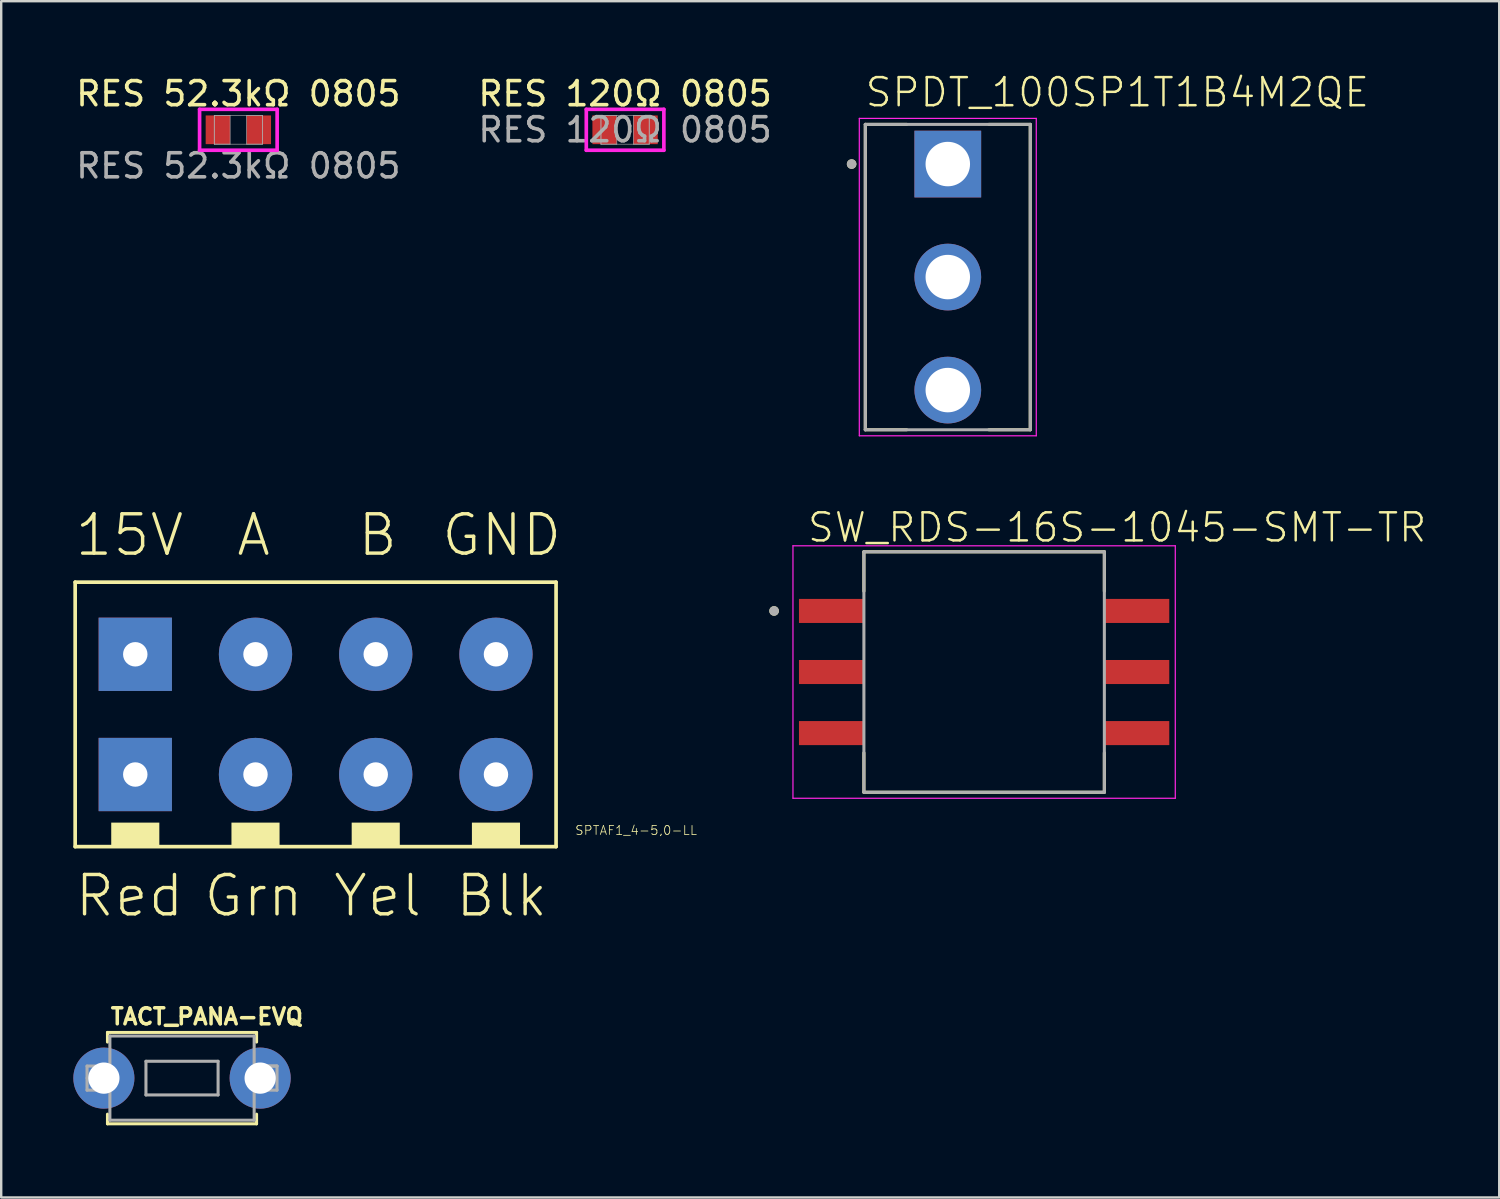
<source format=kicad_pcb>
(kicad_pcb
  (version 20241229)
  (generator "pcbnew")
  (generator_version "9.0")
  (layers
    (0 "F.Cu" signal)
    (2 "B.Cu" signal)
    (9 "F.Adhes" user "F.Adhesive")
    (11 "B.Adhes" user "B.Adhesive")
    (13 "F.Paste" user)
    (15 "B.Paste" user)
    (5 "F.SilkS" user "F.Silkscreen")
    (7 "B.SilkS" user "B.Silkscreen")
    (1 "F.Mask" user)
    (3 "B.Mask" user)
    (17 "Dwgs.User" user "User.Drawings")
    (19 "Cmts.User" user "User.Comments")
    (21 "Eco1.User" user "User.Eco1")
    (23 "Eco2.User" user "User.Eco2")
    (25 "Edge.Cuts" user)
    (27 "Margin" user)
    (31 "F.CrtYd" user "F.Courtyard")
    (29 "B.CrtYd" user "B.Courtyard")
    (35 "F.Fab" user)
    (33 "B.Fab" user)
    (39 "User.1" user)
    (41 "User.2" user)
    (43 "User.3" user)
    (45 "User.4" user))
  (footprint "RES 120Ω 0805"
    (layer "F.Cu")
    (at 22.946 2.348)
    (property "Reference" "RES 120Ω 0805" (at 0 -1.5 0) (unlocked yes) (layer "F.SilkS") (effects (font (size 1 1) (thickness 0.15))))
    (attr smd)
    (fp_line (start -1.613 -0.851) (end 1.613 -0.851) (stroke (width 0.152) (type solid)) (layer "F.CrtYd"))
    (fp_line (start -1.613 0.851) (end -1.613 -0.851) (stroke (width 0.152) (type solid)) (layer "F.CrtYd"))
    (fp_line (start 1.613 -0.851) (end 1.613 0.851) (stroke (width 0.152) (type solid)) (layer "F.CrtYd"))
    (fp_line (start 1.613 0.851) (end -1.613 0.851) (stroke (width 0.152) (type solid)) (layer "F.CrtYd"))
    (fp_line (start -1.003 -0.597) (end -1.003 0.597) (stroke (width 0.025) (type solid)) (layer "F.Fab"))
    (fp_line (start -1.003 -0.597) (end -1.003 0.597) (stroke (width 0.025) (type solid)) (layer "F.Fab"))
    (fp_line (start -1.003 0.597) (end -0.343 0.597) (stroke (width 0.025) (type solid)) (layer "F.Fab"))
    (fp_line (start -1.003 0.597) (end 1.003 0.597) (stroke (width 0.025) (type solid)) (layer "F.Fab"))
    (fp_line (start -0.343 -0.597) (end -1.003 -0.597) (stroke (width 0.025) (type solid)) (layer "F.Fab"))
    (fp_line (start -0.343 0.597) (end -0.343 -0.597) (stroke (width 0.025) (type solid)) (layer "F.Fab"))
    (fp_line (start 0.343 -0.597) (end 0.343 0.597) (stroke (width 0.025) (type solid)) (layer "F.Fab"))
    (fp_line (start 0.343 0.597) (end 1.003 0.597) (stroke (width 0.025) (type solid)) (layer "F.Fab"))
    (fp_line (start 1.003 -0.597) (end -1.003 -0.597) (stroke (width 0.025) (type solid)) (layer "F.Fab"))
    (fp_line (start 1.003 -0.597) (end 0.343 -0.597) (stroke (width 0.025) (type solid)) (layer "F.Fab"))
    (fp_line (start 1.003 0.597) (end 1.003 -0.597) (stroke (width 0.025) (type solid)) (layer "F.Fab"))
    (fp_line (start 1.003 0.597) (end 1.003 -0.597) (stroke (width 0.025) (type solid)) (layer "F.Fab"))
    (fp_text user "${REFERENCE}" (at 0 0 0) (unlocked yes) (layer "F.Fab") (effects (font (size 1 1) (thickness 0.15))))
    (pad "1" smd rect (at -0.851 0) (size 1.016 1.194) (layers "F.Cu" "F.Mask" "F.Paste"))
    (pad "2" smd rect (at 0.851 0) (size 1.016 1.194) (layers "F.Cu" "F.Mask" "F.Paste"))
    (zone (net_name "") (layer "F.Cu") (hatch full 0.508) (connect_pads) (min_thickness 0.254) (filled_areas_thickness no) (keepout (tracks not_allowed) (vias not_allowed) (pads allowed) (copperpour not_allowed) (footprints allowed)) (placement (enabled no)) (fill) (polygon (pts (xy 22.654 1.802) (xy 23.239 1.802) (xy 23.239 2.894) (xy 22.654 2.894)))))
  (footprint "SW_RDS-16S-1045-SMT-TR"
    (layer "F.Cu")
    (at 37.878 24.898)
    (property "Reference" "SW_RDS-16S-1045-SMT-TR" (at -7.41 -5.327 0) (unlocked yes) (layer "F.SilkS") (effects (font (size 1.168 1.168) (thickness 0.102)) (justify left bottom)))
    (fp_line (start -5 -5) (end -5 -3.36) (stroke (width 0.127) (type solid)) (layer "F.SilkS"))
    (fp_line (start -5 -5) (end 5 -5) (stroke (width 0.127) (type solid)) (layer "F.SilkS"))
    (fp_line (start -5 3.36) (end -5 5) (stroke (width 0.127) (type solid)) (layer "F.SilkS"))
    (fp_line (start -5 5) (end 5 5) (stroke (width 0.127) (type solid)) (layer "F.SilkS"))
    (fp_line (start 5 -5) (end 5 -3.36) (stroke (width 0.127) (type solid)) (layer "F.SilkS"))
    (fp_line (start 5 3.36) (end 5 5) (stroke (width 0.127) (type solid)) (layer "F.SilkS"))
    (fp_circle (center -8.735 -2.54) (end -8.635 -2.54) (stroke (width 0.2) (type solid)) (fill no) (layer "F.SilkS"))
    (fp_line (start -7.95 -5.25) (end -7.95 5.25) (stroke (width 0.05) (type solid)) (layer "F.CrtYd"))
    (fp_line (start -7.95 -5.25) (end 7.95 -5.25) (stroke (width 0.05) (type solid)) (layer "F.CrtYd"))
    (fp_line (start -7.95 5.25) (end 7.95 5.25) (stroke (width 0.05) (type solid)) (layer "F.CrtYd"))
    (fp_line (start 7.95 -5.25) (end 7.95 5.25) (stroke (width 0.05) (type solid)) (layer "F.CrtYd"))
    (fp_line (start -5 -5) (end -5 5) (stroke (width 0.127) (type solid)) (layer "F.Fab"))
    (fp_line (start -5 -5) (end 5 -5) (stroke (width 0.127) (type solid)) (layer "F.Fab"))
    (fp_line (start -5 5) (end 5 5) (stroke (width 0.127) (type solid)) (layer "F.Fab"))
    (fp_line (start 5 -5) (end 5 5) (stroke (width 0.127) (type solid)) (layer "F.Fab"))
    (fp_circle (center -8.735 -2.54) (end -8.635 -2.54) (stroke (width 0.2) (type solid)) (fill no) (layer "F.Fab"))
    (pad "1" smd rect (at -6.35 -2.54) (size 2.7 1) (layers "F.Cu" "F.Mask" "F.Paste"))
    (pad "2" smd rect (at 6.35 2.54) (size 2.7 1) (layers "F.Cu" "F.Mask" "F.Paste"))
    (pad "4" smd rect (at -6.35 2.54) (size 2.7 1) (layers "F.Cu" "F.Mask" "F.Paste"))
    (pad "8" smd rect (at 6.35 -2.54) (size 2.7 1) (layers "F.Cu" "F.Mask" "F.Paste"))
    (pad "C_1" smd rect (at -6.35 0) (size 2.7 1) (layers "F.Cu" "F.Mask" "F.Paste"))
    (pad "C_2" smd rect (at 6.35 0) (size 2.7 1) (layers "F.Cu" "F.Mask" "F.Paste")))
  (footprint "TACT_PANA-EVQ"
    (layer "F.Cu")
    (at 4.52 41.787)
    (property "Reference" "TACT_PANA-EVQ" (at -3.043 -2.17 0) (unlocked yes) (layer "F.SilkS") (effects (font (size 0.666 0.666) (thickness 0.146)) (justify left bottom)))
    (fp_line (start -3.1 -1.9) (end 3.1 -1.9) (stroke (width 0.127) (type solid)) (layer "F.SilkS"))
    (fp_line (start -3.1 -1.5) (end -3.1 -1.9) (stroke (width 0.127) (type solid)) (layer "F.SilkS"))
    (fp_line (start -3.1 1.5) (end -3.1 1.9) (stroke (width 0.127) (type solid)) (layer "F.SilkS"))
    (fp_line (start -3.1 1.9) (end 3.1 1.9) (stroke (width 0.127) (type solid)) (layer "F.SilkS"))
    (fp_line (start 3.1 -1.9) (end 3.1 -1.5) (stroke (width 0.127) (type solid)) (layer "F.SilkS"))
    (fp_line (start 3.1 1.9) (end 3.1 1.5) (stroke (width 0.127) (type solid)) (layer "F.SilkS"))
    (fp_line (start -3.95 -0.5) (end -3 -0.5) (stroke (width 0.127) (type solid)) (layer "F.Fab"))
    (fp_line (start -3.95 0) (end -3.95 -0.5) (stroke (width 0.127) (type solid)) (layer "F.Fab"))
    (fp_line (start -3.95 0.5) (end -3.95 0) (stroke (width 0.127) (type solid)) (layer "F.Fab"))
    (fp_line (start -3 -1.75) (end 3 -1.75) (stroke (width 0.127) (type solid)) (layer "F.Fab"))
    (fp_line (start -3 -0.5) (end -3 -1.75) (stroke (width 0.127) (type solid)) (layer "F.Fab"))
    (fp_line (start -3 -0.5) (end -3 0.5) (stroke (width 0.127) (type solid)) (layer "F.Fab"))
    (fp_line (start -3 0.5) (end -3.95 0.5) (stroke (width 0.127) (type solid)) (layer "F.Fab"))
    (fp_line (start -3 0.5) (end -3 -0.5) (stroke (width 0.127) (type solid)) (layer "F.Fab"))
    (fp_line (start -3 1.75) (end -3 0.5) (stroke (width 0.127) (type solid)) (layer "F.Fab"))
    (fp_line (start -1.5 -0.7) (end 1.5 -0.7) (stroke (width 0.127) (type solid)) (layer "F.Fab"))
    (fp_line (start -1.5 0.7) (end -1.5 -0.7) (stroke (width 0.127) (type solid)) (layer "F.Fab"))
    (fp_line (start 1.5 -0.7) (end 1.5 0.7) (stroke (width 0.127) (type solid)) (layer "F.Fab"))
    (fp_line (start 1.5 0.7) (end -1.5 0.7) (stroke (width 0.127) (type solid)) (layer "F.Fab"))
    (fp_line (start 3 -1.75) (end 3 -0.5) (stroke (width 0.127) (type solid)) (layer "F.Fab"))
    (fp_line (start 3 -0.5) (end 3 0.5) (stroke (width 0.127) (type solid)) (layer "F.Fab"))
    (fp_line (start 3 -0.5) (end 3 0.5) (stroke (width 0.127) (type solid)) (layer "F.Fab"))
    (fp_line (start 3 0.5) (end 3 1.75) (stroke (width 0.127) (type solid)) (layer "F.Fab"))
    (fp_line (start 3 0.5) (end 3.95 0.5) (stroke (width 0.127) (type solid)) (layer "F.Fab"))
    (fp_line (start 3 1.75) (end -3 1.75) (stroke (width 0.127) (type solid)) (layer "F.Fab"))
    (fp_line (start 3.95 -0.5) (end 3 -0.5) (stroke (width 0.127) (type solid)) (layer "F.Fab"))
    (fp_line (start 3.95 -0.5) (end 3 -0.5) (stroke (width 0.127) (type solid)) (layer "F.Fab"))
    (fp_line (start 3.95 0.5) (end 3.95 -0.5) (stroke (width 0.127) (type solid)) (layer "F.Fab"))
    (pad "P$1" thru_hole circle (at -3.25 0) (size 2.54 2.54) (drill 1.3) (layers "*.Cu" "*.Mask"))
    (pad "P$2" thru_hole circle (at 3.25 0) (size 2.54 2.54) (drill 1.3) (layers "*.Cu" "*.Mask")))
  (footprint "SPDT_100SP1T1B4M2QE"
    (layer "F.Cu")
    (at 36.367 8.473)
    (property "Reference" "SPDT_100SP1T1B4M2QE" (at -3.5 -7 0) (unlocked yes) (layer "F.SilkS") (effects (font (size 1.168 1.168) (thickness 0.102)) (justify left bottom)))
    (fp_line (start -3.43 6.35) (end -3.43 -6.35) (stroke (width 0.127) (type solid)) (layer "F.SilkS"))
    (fp_line (start -1.71 -6.35) (end -3.43 -6.35) (stroke (width 0.127) (type solid)) (layer "F.SilkS"))
    (fp_line (start -1.71 6.35) (end -3.43 6.35) (stroke (width 0.127) (type solid)) (layer "F.SilkS"))
    (fp_line (start 3.43 -6.35) (end 1.71 -6.35) (stroke (width 0.127) (type solid)) (layer "F.SilkS"))
    (fp_line (start 3.43 -6.35) (end 3.43 6.35) (stroke (width 0.127) (type solid)) (layer "F.SilkS"))
    (fp_line (start 3.43 6.35) (end 1.71 6.35) (stroke (width 0.127) (type solid)) (layer "F.SilkS"))
    (fp_circle (center -4 -4.7) (end -3.9 -4.7) (stroke (width 0.2) (type solid)) (fill no) (layer "F.SilkS"))
    (fp_line (start -3.68 -6.6) (end -3.68 6.6) (stroke (width 0.05) (type solid)) (layer "F.CrtYd"))
    (fp_line (start -3.68 6.6) (end 3.68 6.6) (stroke (width 0.05) (type solid)) (layer "F.CrtYd"))
    (fp_line (start 3.68 -6.6) (end -3.68 -6.6) (stroke (width 0.05) (type solid)) (layer "F.CrtYd"))
    (fp_line (start 3.68 6.6) (end 3.68 -6.6) (stroke (width 0.05) (type solid)) (layer "F.CrtYd"))
    (fp_line (start -3.43 -6.35) (end -3.43 6.35) (stroke (width 0.127) (type solid)) (layer "F.Fab"))
    (fp_line (start -3.43 6.35) (end 3.43 6.35) (stroke (width 0.127) (type solid)) (layer "F.Fab"))
    (fp_line (start 3.43 -6.35) (end -3.43 -6.35) (stroke (width 0.127) (type solid)) (layer "F.Fab"))
    (fp_line (start 3.43 6.35) (end 3.43 -6.35) (stroke (width 0.127) (type solid)) (layer "F.Fab"))
    (fp_circle (center -4 -4.7) (end -3.9 -4.7) (stroke (width 0.2) (type solid)) (fill no) (layer "F.Fab"))
    (pad "1" thru_hole rect (at 0 -4.7 180) (size 2.775 2.775) (drill 1.85) (layers "*.Cu" "*.Mask"))
    (pad "2" thru_hole circle (at 0 0 180) (size 2.775 2.775) (drill 1.85) (layers "*.Cu" "*.Mask"))
    (pad "3" thru_hole circle (at 0 4.7 180) (size 2.775 2.775) (drill 1.85) (layers "*.Cu" "*.Mask")))
  (footprint "SPTAF1_4-5,0-LL"
    (layer "F.Cu")
    (at 10.289 26.621)
    (property "Reference" "SPTAF1_4-5,0-LL" (at 10.557 5.08 0) (unlocked yes) (layer "F.SilkS") (effects (font (size 0.374 0.374) (thickness 0.033)) (justify left bottom)))
    (fp_line (start -10.213 -5.46) (end -10.213 5.54) (stroke (width 0.152) (type solid)) (layer "F.SilkS"))
    (fp_line (start -10.213 5.54) (end 9.787 5.54) (stroke (width 0.152) (type solid)) (layer "F.SilkS"))
    (fp_line (start 9.787 -5.46) (end -10.213 -5.46) (stroke (width 0.152) (type solid)) (layer "F.SilkS"))
    (fp_line (start 9.787 5.54) (end 9.787 -5.46) (stroke (width 0.152) (type solid)) (layer "F.SilkS"))
    (fp_poly (pts (xy -6.713 4.54) (xy -8.713 4.54) (xy -8.713 5.54) (xy -6.713 5.54)) (stroke (width 0) (type default)) (fill yes) (layer "F.SilkS"))
    (fp_poly (pts (xy -1.713 4.54) (xy -3.713 4.54) (xy -3.713 5.54) (xy -1.713 5.54)) (stroke (width 0) (type default)) (fill yes) (layer "F.SilkS"))
    (fp_poly (pts (xy 3.287 4.54) (xy 1.287 4.54) (xy 1.287 5.54) (xy 3.287 5.54)) (stroke (width 0) (type default)) (fill yes) (layer "F.SilkS"))
    (fp_poly (pts (xy 8.287 4.54) (xy 6.287 4.54) (xy 6.287 5.54) (xy 8.287 5.54)) (stroke (width 0) (type default)) (fill yes) (layer "F.SilkS"))
    (fp_text user "15V" (at -7.953 -6.46 0) (unlocked yes) (layer "F.SilkS") (effects (font (size 1.636 1.636) (thickness 0.142)) (justify bottom)))
    (fp_text user "A" (at -2.793 -6.46 0) (unlocked yes) (layer "F.SilkS") (effects (font (size 1.636 1.636) (thickness 0.142)) (justify bottom)))
    (fp_text user "Red" (at -7.953 8.54 0) (unlocked yes) (layer "F.SilkS") (effects (font (size 1.636 1.636) (thickness 0.142)) (justify bottom)))
    (fp_text user "GND" (at 7.527 -6.46 0) (unlocked yes) (layer "F.SilkS") (effects (font (size 1.636 1.636) (thickness 0.142)) (justify bottom)))
    (fp_text user "Grn" (at -2.793 8.54 0) (unlocked yes) (layer "F.SilkS") (effects (font (size 1.636 1.636) (thickness 0.142)) (justify bottom)))
    (fp_text user "Blk" (at 7.527 8.54 0) (unlocked yes) (layer "F.SilkS") (effects (font (size 1.636 1.636) (thickness 0.142)) (justify bottom)))
    (fp_text user "B" (at 2.367 -6.46 0) (unlocked yes) (layer "F.SilkS") (effects (font (size 1.636 1.636) (thickness 0.142)) (justify bottom)))
    (fp_text user "Yel" (at 2.367 8.54 0) (unlocked yes) (layer "F.SilkS") (effects (font (size 1.636 1.636) (thickness 0.142)) (justify bottom)))
    (pad "1" thru_hole rect (at -7.713 2.54 180) (size 3.048 3.048) (drill 1.016) (layers "*.Cu" "*.Mask"))
    (pad "1@1" thru_hole rect (at -7.713 -2.46 180) (size 3.048 3.048) (drill 1.016) (layers "*.Cu" "*.Mask"))
    (pad "2" thru_hole circle (at -2.713 2.54 180) (size 3.048 3.048) (drill 1.016) (layers "*.Cu" "*.Mask"))
    (pad "2@1" thru_hole circle (at -2.713 -2.46 180) (size 3.048 3.048) (drill 1.016) (layers "*.Cu" "*.Mask"))
    (pad "3" thru_hole circle (at 2.287 2.54 180) (size 3.048 3.048) (drill 1.016) (layers "*.Cu" "*.Mask"))
    (pad "3@1" thru_hole circle (at 2.287 -2.46 180) (size 3.048 3.048) (drill 1.016) (layers "*.Cu" "*.Mask"))
    (pad "4" thru_hole circle (at 7.287 2.54 180) (size 3.048 3.048) (drill 1.016) (layers "*.Cu" "*.Mask"))
    (pad "4@1" thru_hole circle (at 7.287 -2.46 180) (size 3.048 3.048) (drill 1.016) (layers "*.Cu" "*.Mask")))
  (footprint "RES 52.3kΩ 0805"
    (layer "F.Cu")
    (at 6.863 2.348)
    (property "Reference" "RES 52.3kΩ 0805" (at 0 -1.5 0) (unlocked yes) (layer "F.SilkS") (effects (font (size 1 1) (thickness 0.15))))
    (attr smd)
    (fp_line (start -1.613 -0.851) (end 1.613 -0.851) (stroke (width 0.152) (type solid)) (layer "F.CrtYd"))
    (fp_line (start -1.613 0.851) (end -1.613 -0.851) (stroke (width 0.152) (type solid)) (layer "F.CrtYd"))
    (fp_line (start 1.613 -0.851) (end 1.613 0.851) (stroke (width 0.152) (type solid)) (layer "F.CrtYd"))
    (fp_line (start 1.613 0.851) (end -1.613 0.851) (stroke (width 0.152) (type solid)) (layer "F.CrtYd"))
    (fp_line (start -1.003 -0.597) (end -1.003 0.597) (stroke (width 0.025) (type solid)) (layer "F.Fab"))
    (fp_line (start -1.003 -0.597) (end -1.003 0.597) (stroke (width 0.025) (type solid)) (layer "F.Fab"))
    (fp_line (start -1.003 0.597) (end -0.343 0.597) (stroke (width 0.025) (type solid)) (layer "F.Fab"))
    (fp_line (start -1.003 0.597) (end 1.003 0.597) (stroke (width 0.025) (type solid)) (layer "F.Fab"))
    (fp_line (start -0.343 -0.597) (end -1.003 -0.597) (stroke (width 0.025) (type solid)) (layer "F.Fab"))
    (fp_line (start -0.343 0.597) (end -0.343 -0.597) (stroke (width 0.025) (type solid)) (layer "F.Fab"))
    (fp_line (start 0.343 -0.597) (end 0.343 0.597) (stroke (width 0.025) (type solid)) (layer "F.Fab"))
    (fp_line (start 0.343 0.597) (end 1.003 0.597) (stroke (width 0.025) (type solid)) (layer "F.Fab"))
    (fp_line (start 1.003 -0.597) (end -1.003 -0.597) (stroke (width 0.025) (type solid)) (layer "F.Fab"))
    (fp_line (start 1.003 -0.597) (end 0.343 -0.597) (stroke (width 0.025) (type solid)) (layer "F.Fab"))
    (fp_line (start 1.003 0.597) (end 1.003 -0.597) (stroke (width 0.025) (type solid)) (layer "F.Fab"))
    (fp_line (start 1.003 0.597) (end 1.003 -0.597) (stroke (width 0.025) (type solid)) (layer "F.Fab"))
    (fp_text user "${REFERENCE}" (at 0 1.5 0) (unlocked yes) (layer "F.Fab") (effects (font (size 1 1) (thickness 0.15))))
    (pad "1" smd rect (at -0.851 0) (size 1.016 1.194) (layers "F.Cu" "F.Mask" "F.Paste"))
    (pad "2" smd rect (at 0.851 0) (size 1.016 1.194) (layers "F.Cu" "F.Mask" "F.Paste"))
    (zone (net_name "") (layer "F.Cu") (hatch full 0.508) (connect_pads) (min_thickness 0.254) (filled_areas_thickness no) (keepout (tracks not_allowed) (vias not_allowed) (pads allowed) (copperpour not_allowed) (footprints allowed)) (placement (enabled no)) (fill) (polygon (pts (xy 6.571 1.802) (xy 7.155 1.802) (xy 7.155 2.894) (xy 6.571 2.894)))))
  (gr_rect
    (start -3 -3)
    (end 59.3 46.75)
    (stroke (width 0.1) (type default))
    (fill no)
    (layer "Edge.Cuts")))
</source>
